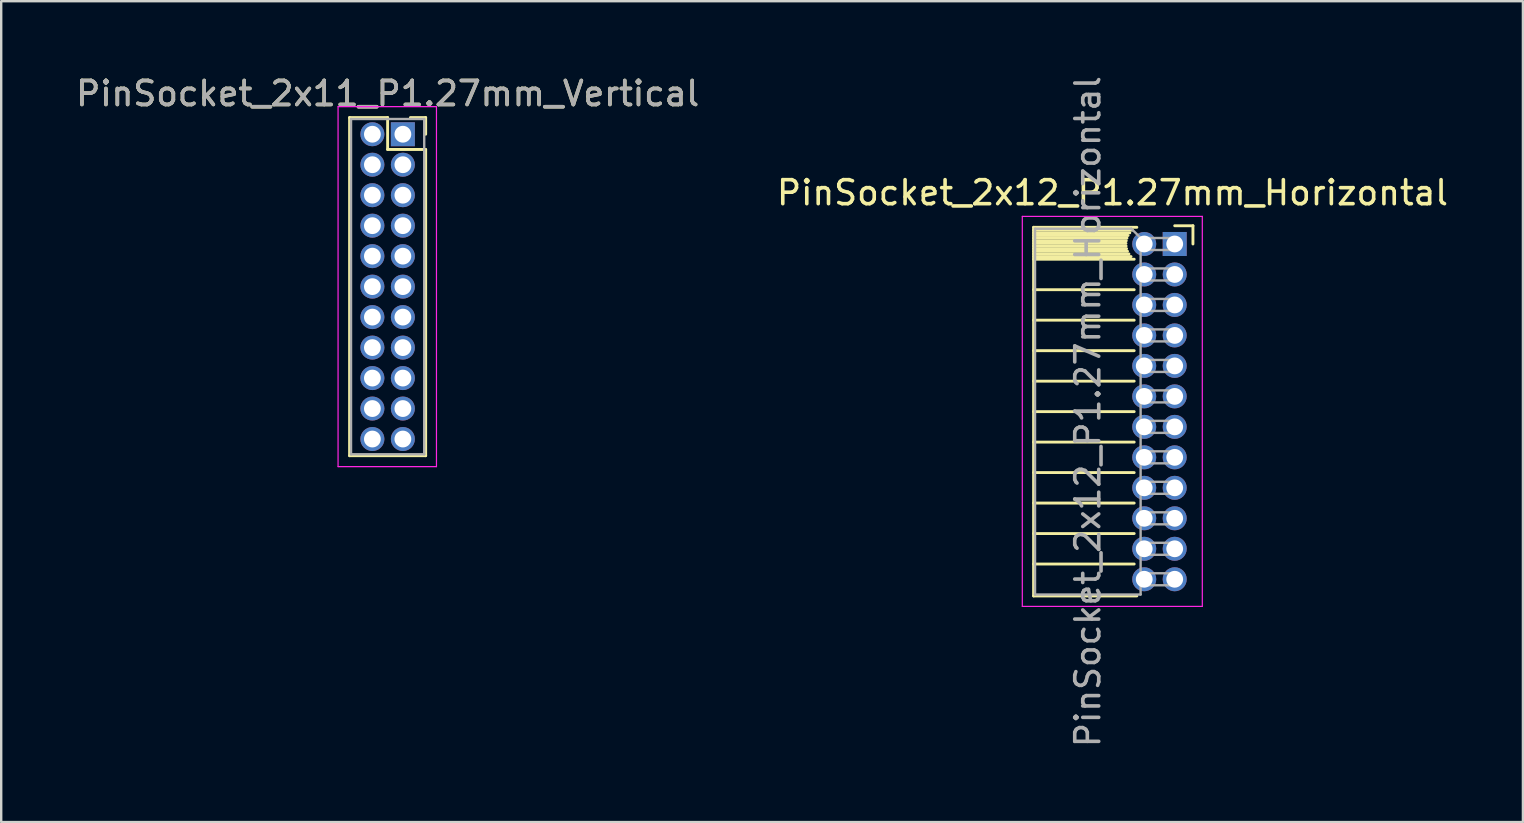
<source format=kicad_pcb>
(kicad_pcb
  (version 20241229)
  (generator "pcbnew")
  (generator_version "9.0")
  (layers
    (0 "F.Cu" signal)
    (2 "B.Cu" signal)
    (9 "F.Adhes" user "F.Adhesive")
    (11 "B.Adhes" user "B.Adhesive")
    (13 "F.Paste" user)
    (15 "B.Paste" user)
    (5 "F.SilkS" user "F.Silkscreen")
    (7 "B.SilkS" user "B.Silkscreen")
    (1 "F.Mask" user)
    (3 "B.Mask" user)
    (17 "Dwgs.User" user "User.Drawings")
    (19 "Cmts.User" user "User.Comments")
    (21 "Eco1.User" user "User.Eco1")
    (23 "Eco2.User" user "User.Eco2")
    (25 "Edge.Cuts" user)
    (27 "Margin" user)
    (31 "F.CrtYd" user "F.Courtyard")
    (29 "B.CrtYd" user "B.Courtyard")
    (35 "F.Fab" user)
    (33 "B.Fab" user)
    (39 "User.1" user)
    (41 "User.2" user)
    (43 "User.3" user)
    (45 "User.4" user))
  (footprint "PinSocket_2x11_P1.27mm_Vertical"
    (layer "F.Cu")
    (at 13.736 2.543)
    (property "Reference" "PinSocket_2x11_P1.27mm_Vertical" (at -0.635 -1.695 0) (layer "F.SilkS") (effects (font (size 1 1) (thickness 0.15))))
    (attr through_hole)
    (fp_line (start -2.22 -0.695) (end -0.635 -0.695) (stroke (width 0.12) (type solid)) (layer "F.SilkS"))
    (fp_line (start -2.22 13.395) (end -2.22 -0.695) (stroke (width 0.12) (type solid)) (layer "F.SilkS"))
    (fp_line (start -0.635 -0.695) (end -0.635 0.635) (stroke (width 0.12) (type solid)) (layer "F.SilkS"))
    (fp_line (start -0.635 0.635) (end 0.95 0.635) (stroke (width 0.12) (type solid)) (layer "F.SilkS"))
    (fp_line (start 0.95 -0.695) (end 0.315 -0.695) (stroke (width 0.12) (type solid)) (layer "F.SilkS"))
    (fp_line (start 0.95 0) (end 0.95 -0.695) (stroke (width 0.12) (type solid)) (layer "F.SilkS"))
    (fp_line (start 0.95 0.635) (end 0.95 13.395) (stroke (width 0.12) (type solid)) (layer "F.SilkS"))
    (fp_line (start 0.95 13.395) (end -2.22 13.395) (stroke (width 0.12) (type solid)) (layer "F.SilkS"))
    (fp_line (start -2.7 -1.15) (end -2.7 13.85) (stroke (width 0.05) (type solid)) (layer "F.CrtYd"))
    (fp_line (start -2.7 13.85) (end 1.4 13.85) (stroke (width 0.05) (type solid)) (layer "F.CrtYd"))
    (fp_line (start 1.4 -1.15) (end -2.7 -1.15) (stroke (width 0.05) (type solid)) (layer "F.CrtYd"))
    (fp_line (start 1.4 13.85) (end 1.4 -1.15) (stroke (width 0.05) (type solid)) (layer "F.CrtYd"))
    (fp_line (start -2.16 -0.635) (end -2.16 13.335) (stroke (width 0.1) (type solid)) (layer "F.Fab"))
    (fp_line (start -2.16 13.335) (end 0.89 13.335) (stroke (width 0.1) (type solid)) (layer "F.Fab"))
    (fp_line (start 0.89 -0.635) (end -2.16 -0.635) (stroke (width 0.1) (type solid)) (layer "F.Fab"))
    (fp_line (start 0.89 13.335) (end 0.89 -0.635) (stroke (width 0.1) (type solid)) (layer "F.Fab"))
    (fp_text user "${REFERENCE}" (at -0.635 -1.695 0) (layer "F.Fab") (effects (font (size 1 1) (thickness 0.15))))
    (pad "1" thru_hole rect (at 0 0) (size 1 1) (drill 0.7) (layers "*.Cu" "*.Mask"))
    (pad "2" thru_hole oval (at -1.27 0) (size 1 1) (drill 0.7) (layers "*.Cu" "*.Mask"))
    (pad "3" thru_hole oval (at 0 1.27) (size 1 1) (drill 0.7) (layers "*.Cu" "*.Mask"))
    (pad "4" thru_hole oval (at -1.27 1.27) (size 1 1) (drill 0.7) (layers "*.Cu" "*.Mask"))
    (pad "5" thru_hole oval (at 0 2.54) (size 1 1) (drill 0.7) (layers "*.Cu" "*.Mask"))
    (pad "6" thru_hole oval (at -1.27 2.54) (size 1 1) (drill 0.7) (layers "*.Cu" "*.Mask"))
    (pad "7" thru_hole oval (at 0 3.81) (size 1 1) (drill 0.7) (layers "*.Cu" "*.Mask"))
    (pad "8" thru_hole oval (at -1.27 3.81) (size 1 1) (drill 0.7) (layers "*.Cu" "*.Mask"))
    (pad "9" thru_hole oval (at 0 5.08) (size 1 1) (drill 0.7) (layers "*.Cu" "*.Mask"))
    (pad "10" thru_hole oval (at -1.27 5.08) (size 1 1) (drill 0.7) (layers "*.Cu" "*.Mask"))
    (pad "11" thru_hole oval (at 0 6.35) (size 1 1) (drill 0.7) (layers "*.Cu" "*.Mask"))
    (pad "12" thru_hole oval (at -1.27 6.35) (size 1 1) (drill 0.7) (layers "*.Cu" "*.Mask"))
    (pad "13" thru_hole oval (at 0 7.62) (size 1 1) (drill 0.7) (layers "*.Cu" "*.Mask"))
    (pad "14" thru_hole oval (at -1.27 7.62) (size 1 1) (drill 0.7) (layers "*.Cu" "*.Mask"))
    (pad "15" thru_hole oval (at 0 8.89) (size 1 1) (drill 0.7) (layers "*.Cu" "*.Mask"))
    (pad "16" thru_hole oval (at -1.27 8.89) (size 1 1) (drill 0.7) (layers "*.Cu" "*.Mask"))
    (pad "17" thru_hole oval (at 0 10.16) (size 1 1) (drill 0.7) (layers "*.Cu" "*.Mask"))
    (pad "18" thru_hole oval (at -1.27 10.16) (size 1 1) (drill 0.7) (layers "*.Cu" "*.Mask"))
    (pad "19" thru_hole oval (at 0 11.43) (size 1 1) (drill 0.7) (layers "*.Cu" "*.Mask"))
    (pad "20" thru_hole oval (at -1.27 11.43) (size 1 1) (drill 0.7) (layers "*.Cu" "*.Mask"))
    (pad "21" thru_hole oval (at 0 12.7) (size 1 1) (drill 0.7) (layers "*.Cu" "*.Mask"))
    (pad "22" thru_hole oval (at -1.27 12.7) (size 1 1) (drill 0.7) (layers "*.Cu" "*.Mask")))
  (footprint "PinSocket_2x12_P1.27mm_Horizontal"
    (layer "F.Cu")
    (at 45.896 7.116)
    (property "Reference" "PinSocket_2x12_P1.27mm_Horizontal" (at -2.592 -2.135 0) (layer "F.SilkS") (effects (font (size 1 1) (thickness 0.15))))
    (attr through_hole)
    (fp_line (start -5.88 -0.695) (end -5.88 14.665) (stroke (width 0.12) (type solid)) (layer "F.SilkS"))
    (fp_line (start -5.88 -0.695) (end -1.578 -0.695) (stroke (width 0.12) (type solid)) (layer "F.SilkS"))
    (fp_line (start -5.88 -0.575) (end -1.767 -0.575) (stroke (width 0.12) (type solid)) (layer "F.SilkS"))
    (fp_line (start -5.88 -0.465) (end -1.871 -0.465) (stroke (width 0.12) (type solid)) (layer "F.SilkS"))
    (fp_line (start -5.88 -0.355) (end -1.942 -0.355) (stroke (width 0.12) (type solid)) (layer "F.SilkS"))
    (fp_line (start -5.88 -0.245) (end -1.989 -0.245) (stroke (width 0.12) (type solid)) (layer "F.SilkS"))
    (fp_line (start -5.88 -0.135) (end -2.018 -0.135) (stroke (width 0.12) (type solid)) (layer "F.SilkS"))
    (fp_line (start -5.88 -0.025) (end -2.03 -0.025) (stroke (width 0.12) (type solid)) (layer "F.SilkS"))
    (fp_line (start -5.88 0.085) (end -2.025 0.085) (stroke (width 0.12) (type solid)) (layer "F.SilkS"))
    (fp_line (start -5.88 0.195) (end -2.005 0.195) (stroke (width 0.12) (type solid)) (layer "F.SilkS"))
    (fp_line (start -5.88 0.305) (end -1.966 0.305) (stroke (width 0.12) (type solid)) (layer "F.SilkS"))
    (fp_line (start -5.88 0.415) (end -1.907 0.415) (stroke (width 0.12) (type solid)) (layer "F.SilkS"))
    (fp_line (start -5.88 0.525) (end -1.82 0.525) (stroke (width 0.12) (type solid)) (layer "F.SilkS"))
    (fp_line (start -5.88 0.635) (end -1.688 0.635) (stroke (width 0.12) (type solid)) (layer "F.SilkS"))
    (fp_line (start -5.88 1.905) (end -1.688 1.905) (stroke (width 0.12) (type solid)) (layer "F.SilkS"))
    (fp_line (start -5.88 3.175) (end -1.688 3.175) (stroke (width 0.12) (type solid)) (layer "F.SilkS"))
    (fp_line (start -5.88 4.445) (end -1.688 4.445) (stroke (width 0.12) (type solid)) (layer "F.SilkS"))
    (fp_line (start -5.88 5.715) (end -1.688 5.715) (stroke (width 0.12) (type solid)) (layer "F.SilkS"))
    (fp_line (start -5.88 6.985) (end -1.688 6.985) (stroke (width 0.12) (type solid)) (layer "F.SilkS"))
    (fp_line (start -5.88 8.255) (end -1.688 8.255) (stroke (width 0.12) (type solid)) (layer "F.SilkS"))
    (fp_line (start -5.88 9.525) (end -1.688 9.525) (stroke (width 0.12) (type solid)) (layer "F.SilkS"))
    (fp_line (start -5.88 10.795) (end -1.688 10.795) (stroke (width 0.12) (type solid)) (layer "F.SilkS"))
    (fp_line (start -5.88 12.065) (end -1.688 12.065) (stroke (width 0.12) (type solid)) (layer "F.SilkS"))
    (fp_line (start -5.88 13.335) (end -1.688 13.335) (stroke (width 0.12) (type solid)) (layer "F.SilkS"))
    (fp_line (start -5.88 14.665) (end -1.578 14.665) (stroke (width 0.12) (type solid)) (layer "F.SilkS"))
    (fp_line (start 0 -0.76) (end 0.76 -0.76) (stroke (width 0.12) (type solid)) (layer "F.SilkS"))
    (fp_line (start 0.76 -0.76) (end 0.76 0) (stroke (width 0.12) (type solid)) (layer "F.SilkS"))
    (fp_line (start -6.35 -1.15) (end -6.35 15.1) (stroke (width 0.05) (type solid)) (layer "F.CrtYd"))
    (fp_line (start -6.35 15.1) (end 1.15 15.1) (stroke (width 0.05) (type solid)) (layer "F.CrtYd"))
    (fp_line (start 1.15 -1.15) (end -6.35 -1.15) (stroke (width 0.05) (type solid)) (layer "F.CrtYd"))
    (fp_line (start 1.15 15.1) (end 1.15 -1.15) (stroke (width 0.05) (type solid)) (layer "F.CrtYd"))
    (fp_line (start -5.82 -0.635) (end -1.805 -0.635) (stroke (width 0.1) (type solid)) (layer "F.Fab"))
    (fp_line (start -5.82 14.605) (end -5.82 -0.635) (stroke (width 0.1) (type solid)) (layer "F.Fab"))
    (fp_line (start -1.805 -0.635) (end -1.42 -0.25) (stroke (width 0.1) (type solid)) (layer "F.Fab"))
    (fp_line (start -1.42 -0.25) (end -1.42 14.605) (stroke (width 0.1) (type solid)) (layer "F.Fab"))
    (fp_line (start -1.42 0.25) (end 0 0.25) (stroke (width 0.1) (type solid)) (layer "F.Fab"))
    (fp_line (start -1.42 1.52) (end 0 1.52) (stroke (width 0.1) (type solid)) (layer "F.Fab"))
    (fp_line (start -1.42 2.79) (end 0 2.79) (stroke (width 0.1) (type solid)) (layer "F.Fab"))
    (fp_line (start -1.42 4.06) (end 0 4.06) (stroke (width 0.1) (type solid)) (layer "F.Fab"))
    (fp_line (start -1.42 5.33) (end 0 5.33) (stroke (width 0.1) (type solid)) (layer "F.Fab"))
    (fp_line (start -1.42 6.6) (end 0 6.6) (stroke (width 0.1) (type solid)) (layer "F.Fab"))
    (fp_line (start -1.42 7.87) (end 0 7.87) (stroke (width 0.1) (type solid)) (layer "F.Fab"))
    (fp_line (start -1.42 9.14) (end 0 9.14) (stroke (width 0.1) (type solid)) (layer "F.Fab"))
    (fp_line (start -1.42 10.41) (end 0 10.41) (stroke (width 0.1) (type solid)) (layer "F.Fab"))
    (fp_line (start -1.42 11.68) (end 0 11.68) (stroke (width 0.1) (type solid)) (layer "F.Fab"))
    (fp_line (start -1.42 12.95) (end 0 12.95) (stroke (width 0.1) (type solid)) (layer "F.Fab"))
    (fp_line (start -1.42 14.22) (end 0 14.22) (stroke (width 0.1) (type solid)) (layer "F.Fab"))
    (fp_line (start -1.42 14.605) (end -5.82 14.605) (stroke (width 0.1) (type solid)) (layer "F.Fab"))
    (fp_line (start 0 -0.25) (end -1.42 -0.25) (stroke (width 0.1) (type solid)) (layer "F.Fab"))
    (fp_line (start 0 0.25) (end 0 -0.25) (stroke (width 0.1) (type solid)) (layer "F.Fab"))
    (fp_line (start 0 1.02) (end -1.42 1.02) (stroke (width 0.1) (type solid)) (layer "F.Fab"))
    (fp_line (start 0 1.52) (end 0 1.02) (stroke (width 0.1) (type solid)) (layer "F.Fab"))
    (fp_line (start 0 2.29) (end -1.42 2.29) (stroke (width 0.1) (type solid)) (layer "F.Fab"))
    (fp_line (start 0 2.79) (end 0 2.29) (stroke (width 0.1) (type solid)) (layer "F.Fab"))
    (fp_line (start 0 3.56) (end -1.42 3.56) (stroke (width 0.1) (type solid)) (layer "F.Fab"))
    (fp_line (start 0 4.06) (end 0 3.56) (stroke (width 0.1) (type solid)) (layer "F.Fab"))
    (fp_line (start 0 4.83) (end -1.42 4.83) (stroke (width 0.1) (type solid)) (layer "F.Fab"))
    (fp_line (start 0 5.33) (end 0 4.83) (stroke (width 0.1) (type solid)) (layer "F.Fab"))
    (fp_line (start 0 6.1) (end -1.42 6.1) (stroke (width 0.1) (type solid)) (layer "F.Fab"))
    (fp_line (start 0 6.6) (end 0 6.1) (stroke (width 0.1) (type solid)) (layer "F.Fab"))
    (fp_line (start 0 7.37) (end -1.42 7.37) (stroke (width 0.1) (type solid)) (layer "F.Fab"))
    (fp_line (start 0 7.87) (end 0 7.37) (stroke (width 0.1) (type solid)) (layer "F.Fab"))
    (fp_line (start 0 8.64) (end -1.42 8.64) (stroke (width 0.1) (type solid)) (layer "F.Fab"))
    (fp_line (start 0 9.14) (end 0 8.64) (stroke (width 0.1) (type solid)) (layer "F.Fab"))
    (fp_line (start 0 9.91) (end -1.42 9.91) (stroke (width 0.1) (type solid)) (layer "F.Fab"))
    (fp_line (start 0 10.41) (end 0 9.91) (stroke (width 0.1) (type solid)) (layer "F.Fab"))
    (fp_line (start 0 11.18) (end -1.42 11.18) (stroke (width 0.1) (type solid)) (layer "F.Fab"))
    (fp_line (start 0 11.68) (end 0 11.18) (stroke (width 0.1) (type solid)) (layer "F.Fab"))
    (fp_line (start 0 12.45) (end -1.42 12.45) (stroke (width 0.1) (type solid)) (layer "F.Fab"))
    (fp_line (start 0 12.95) (end 0 12.45) (stroke (width 0.1) (type solid)) (layer "F.Fab"))
    (fp_line (start 0 13.72) (end -1.42 13.72) (stroke (width 0.1) (type solid)) (layer "F.Fab"))
    (fp_line (start 0 14.22) (end 0 13.72) (stroke (width 0.1) (type solid)) (layer "F.Fab"))
    (fp_text user "${REFERENCE}" (at -3.62 6.985 90) (layer "F.Fab") (effects (font (size 1 1) (thickness 0.15))))
    (pad "1" thru_hole rect (at 0 0) (size 1 1) (drill 0.7) (layers "*.Cu" "*.Mask"))
    (pad "2" thru_hole oval (at -1.27 0) (size 1 1) (drill 0.7) (layers "*.Cu" "*.Mask"))
    (pad "3" thru_hole oval (at 0 1.27) (size 1 1) (drill 0.7) (layers "*.Cu" "*.Mask"))
    (pad "4" thru_hole oval (at -1.27 1.27) (size 1 1) (drill 0.7) (layers "*.Cu" "*.Mask"))
    (pad "5" thru_hole oval (at 0 2.54) (size 1 1) (drill 0.7) (layers "*.Cu" "*.Mask"))
    (pad "6" thru_hole oval (at -1.27 2.54) (size 1 1) (drill 0.7) (layers "*.Cu" "*.Mask"))
    (pad "7" thru_hole oval (at 0 3.81) (size 1 1) (drill 0.7) (layers "*.Cu" "*.Mask"))
    (pad "8" thru_hole oval (at -1.27 3.81) (size 1 1) (drill 0.7) (layers "*.Cu" "*.Mask"))
    (pad "9" thru_hole oval (at 0 5.08) (size 1 1) (drill 0.7) (layers "*.Cu" "*.Mask"))
    (pad "10" thru_hole oval (at -1.27 5.08) (size 1 1) (drill 0.7) (layers "*.Cu" "*.Mask"))
    (pad "11" thru_hole oval (at 0 6.35) (size 1 1) (drill 0.7) (layers "*.Cu" "*.Mask"))
    (pad "12" thru_hole oval (at -1.27 6.35) (size 1 1) (drill 0.7) (layers "*.Cu" "*.Mask"))
    (pad "13" thru_hole oval (at 0 7.62) (size 1 1) (drill 0.7) (layers "*.Cu" "*.Mask"))
    (pad "14" thru_hole oval (at -1.27 7.62) (size 1 1) (drill 0.7) (layers "*.Cu" "*.Mask"))
    (pad "15" thru_hole oval (at 0 8.89) (size 1 1) (drill 0.7) (layers "*.Cu" "*.Mask"))
    (pad "16" thru_hole oval (at -1.27 8.89) (size 1 1) (drill 0.7) (layers "*.Cu" "*.Mask"))
    (pad "17" thru_hole oval (at 0 10.16) (size 1 1) (drill 0.7) (layers "*.Cu" "*.Mask"))
    (pad "18" thru_hole oval (at -1.27 10.16) (size 1 1) (drill 0.7) (layers "*.Cu" "*.Mask"))
    (pad "19" thru_hole oval (at 0 11.43) (size 1 1) (drill 0.7) (layers "*.Cu" "*.Mask"))
    (pad "20" thru_hole oval (at -1.27 11.43) (size 1 1) (drill 0.7) (layers "*.Cu" "*.Mask"))
    (pad "21" thru_hole oval (at 0 12.7) (size 1 1) (drill 0.7) (layers "*.Cu" "*.Mask"))
    (pad "22" thru_hole oval (at -1.27 12.7) (size 1 1) (drill 0.7) (layers "*.Cu" "*.Mask"))
    (pad "23" thru_hole oval (at 0 13.97) (size 1 1) (drill 0.7) (layers "*.Cu" "*.Mask"))
    (pad "24" thru_hole oval (at -1.27 13.97) (size 1 1) (drill 0.7) (layers "*.Cu" "*.Mask")))
  (gr_rect
    (start -3 -3)
    (end 60.405 31.202)
    (stroke (width 0.1) (type default))
    (fill no)
    (layer "Edge.Cuts")))
</source>
